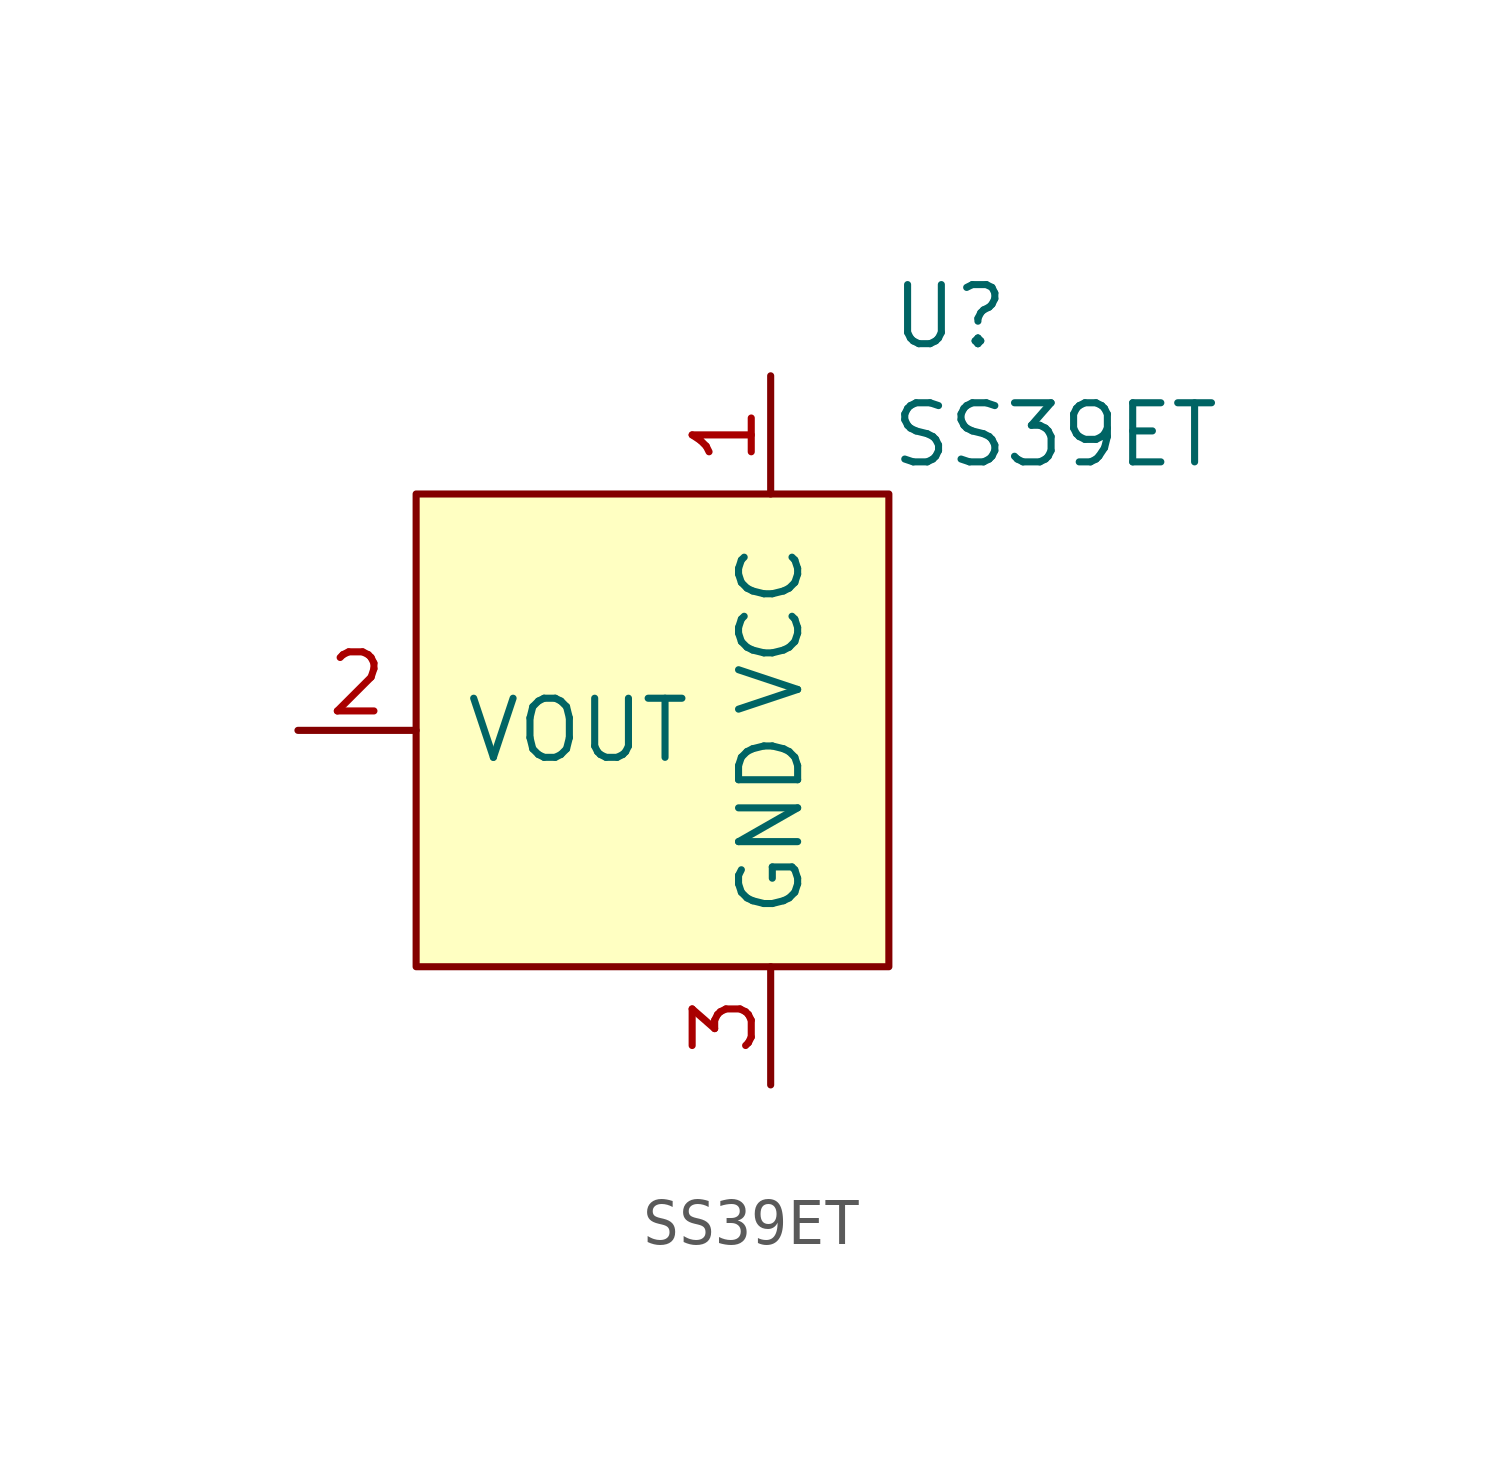
<source format=kicad_sym>
(kicad_symbol_lib
  (version 20241209)
  (generator "kicad_symbol_editor")
  (generator_version "9.0")
  (symbol "SS39ET"
    (pin_names
      (offset 1.016))
    (property "Reference" "U"
      (at 2.54 8.89 0)
      (effects (font (size 1.27 1.27)) (justify left)))
    (property "Value" "SS39ET"
      (at 2.54 6.35 0)
      (effects (font (size 1.27 1.27)) (justify left)))
    (symbol "SS39ET_0_1"
      (rectangle (start -7.62 5.08) (end 2.54 -5.08) (stroke (width 0) (type default)) (fill (type background))))
    (symbol "SS39ET_1_1"
      (pin output line (at -10.16 0 0) (length 2.54) (name "VOUT" (effects (font (size 1.27 1.27)))) (number "2" (effects (font (size 1.27 1.27)))))
      (pin power_in line (at 0 7.62 270) (length 2.54) (name "VCC" (effects (font (size 1.27 1.27)))) (number "1" (effects (font (size 1.27 1.27)))))
      (pin power_in line (at 0 -7.62 90) (length 2.54) (name "GND" (effects (font (size 1.27 1.27)))) (number "3" (effects (font (size 1.27 1.27))))))))
</source>
